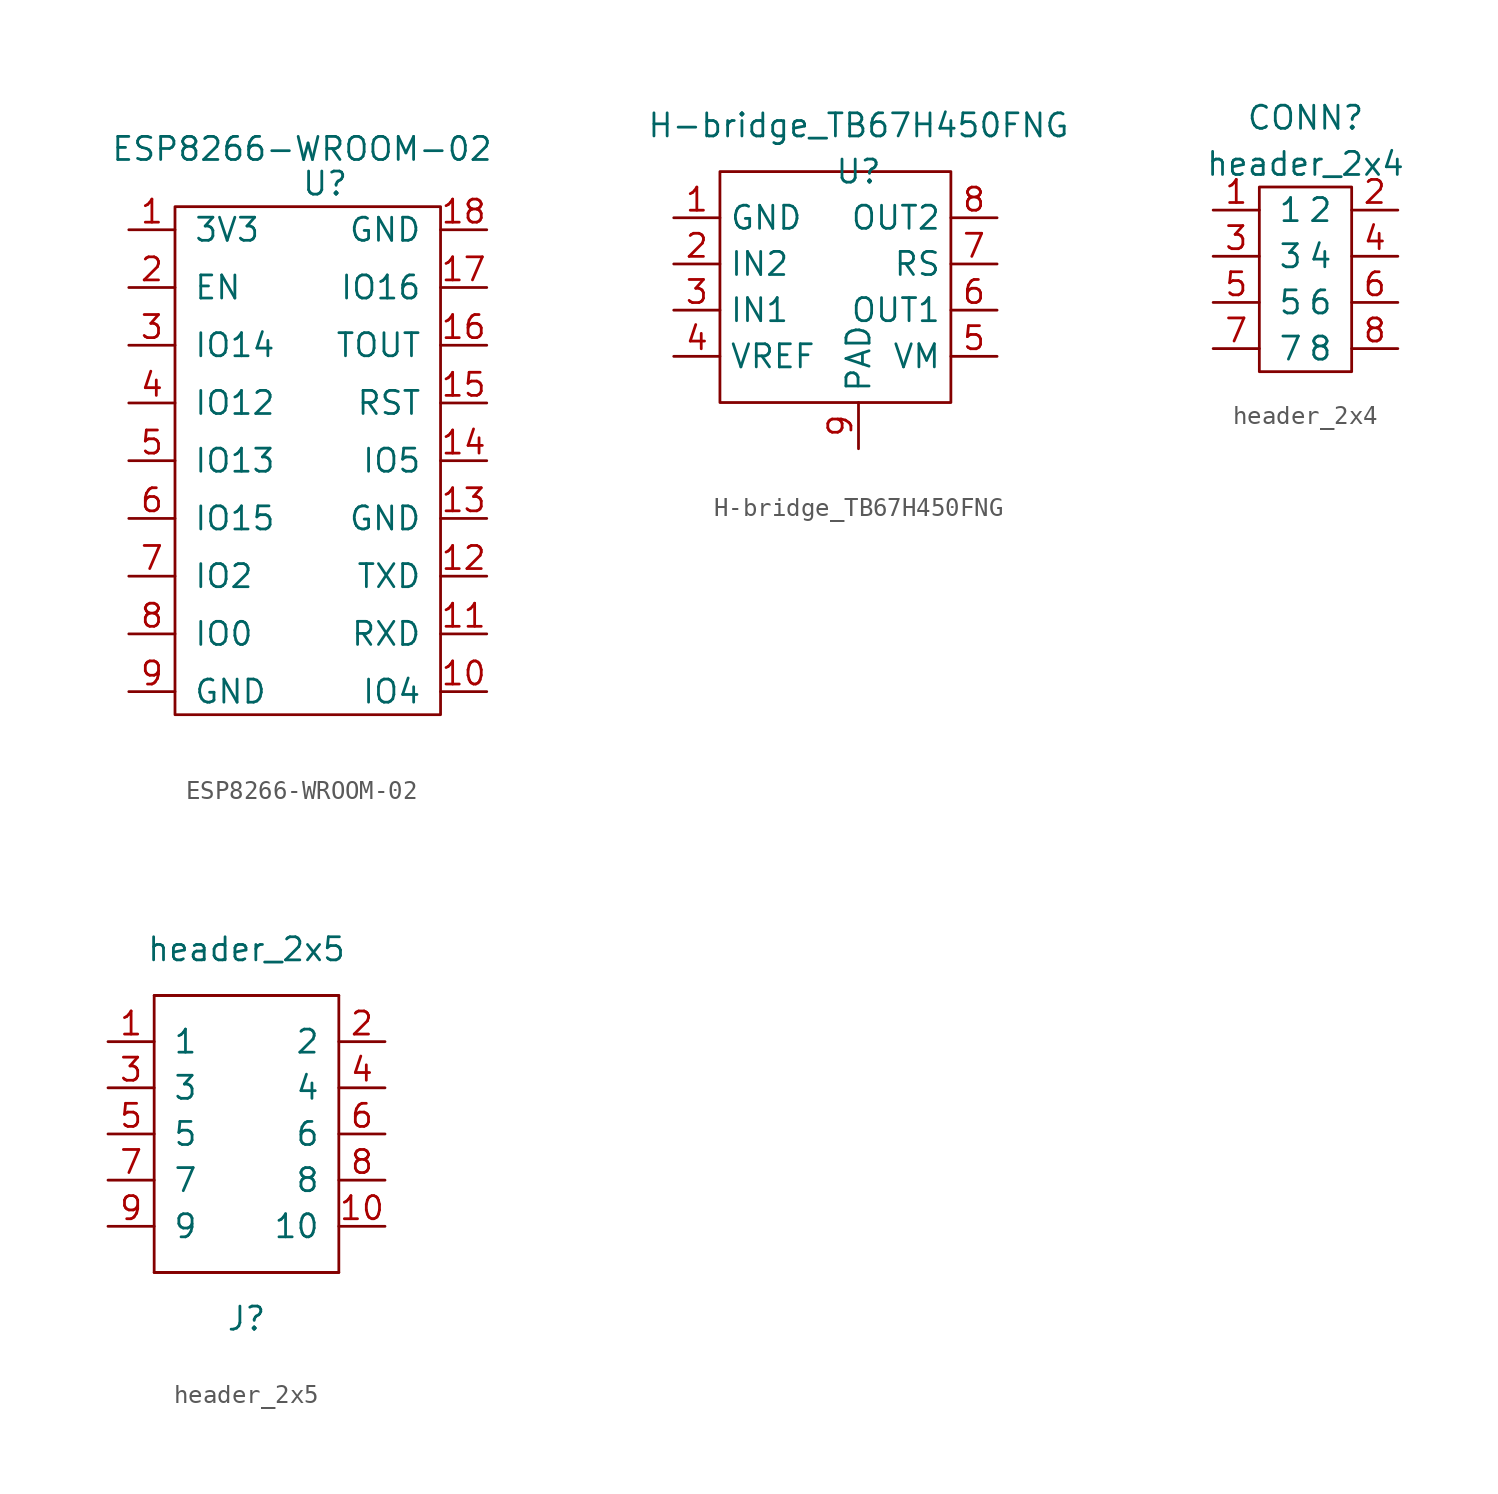
<source format=kicad_sym>
(kicad_symbol_lib
  (version 20231120)
  (generator "kicad_symbol_editor")
  (generator_version "8.0")
  (symbol "ESP8266-WROOM-02"
    (pin_names
      (offset 1.016))
    (property "Reference" "U"
      (at 0 0 0)
      (effects (font (size 1.27 1.27))))
    (property "Value" "ESP8266-WROOM-02"
      (at -1.27 1.905 0)
      (effects (font (size 1.27 1.27))))
    (symbol "ESP8266-WROOM-02_0_1"
      (rectangle (start -8.255 -1.27) (end 6.35 -29.21) (stroke (width 0) (type default)) (fill (type none))))
    (symbol "ESP8266-WROOM-02_1_1"
      (pin passive line (at -10.795 -2.54 0) (length 2.54) (name "3V3" (effects (font (size 1.27 1.27)))) (number "1" (effects (font (size 1.27 1.27)))))
      (pin passive line (at 8.89 -27.94 180) (length 2.54) (name "IO4" (effects (font (size 1.27 1.27)))) (number "10" (effects (font (size 1.27 1.27)))))
      (pin passive line (at 8.89 -24.765 180) (length 2.54) (name "RXD" (effects (font (size 1.27 1.27)))) (number "11" (effects (font (size 1.27 1.27)))))
      (pin passive line (at 8.89 -21.59 180) (length 2.54) (name "TXD" (effects (font (size 1.27 1.27)))) (number "12" (effects (font (size 1.27 1.27)))))
      (pin passive line (at 8.89 -18.415 180) (length 2.54) (name "GND" (effects (font (size 1.27 1.27)))) (number "13" (effects (font (size 1.27 1.27)))))
      (pin passive line (at 8.89 -15.24 180) (length 2.54) (name "IO5" (effects (font (size 1.27 1.27)))) (number "14" (effects (font (size 1.27 1.27)))))
      (pin passive line (at 8.89 -12.065 180) (length 2.54) (name "RST" (effects (font (size 1.27 1.27)))) (number "15" (effects (font (size 1.27 1.27)))))
      (pin passive line (at 8.89 -8.89 180) (length 2.54) (name "TOUT" (effects (font (size 1.27 1.27)))) (number "16" (effects (font (size 1.27 1.27)))))
      (pin passive line (at 8.89 -5.715 180) (length 2.54) (name "IO16" (effects (font (size 1.27 1.27)))) (number "17" (effects (font (size 1.27 1.27)))))
      (pin passive line (at 8.89 -2.54 180) (length 2.54) (name "GND" (effects (font (size 1.27 1.27)))) (number "18" (effects (font (size 1.27 1.27)))))
      (pin passive line (at -10.795 -5.715 0) (length 2.54) (name "EN" (effects (font (size 1.27 1.27)))) (number "2" (effects (font (size 1.27 1.27)))))
      (pin passive line (at -10.795 -8.89 0) (length 2.54) (name "IO14" (effects (font (size 1.27 1.27)))) (number "3" (effects (font (size 1.27 1.27)))))
      (pin passive line (at -10.795 -12.065 0) (length 2.54) (name "IO12" (effects (font (size 1.27 1.27)))) (number "4" (effects (font (size 1.27 1.27)))))
      (pin passive line (at -10.795 -15.24 0) (length 2.54) (name "IO13" (effects (font (size 1.27 1.27)))) (number "5" (effects (font (size 1.27 1.27)))))
      (pin passive line (at -10.795 -18.415 0) (length 2.54) (name "IO15" (effects (font (size 1.27 1.27)))) (number "6" (effects (font (size 1.27 1.27)))))
      (pin passive line (at -10.795 -21.59 0) (length 2.54) (name "IO2" (effects (font (size 1.27 1.27)))) (number "7" (effects (font (size 1.27 1.27)))))
      (pin passive line (at -10.795 -24.765 0) (length 2.54) (name "IO0" (effects (font (size 1.27 1.27)))) (number "8" (effects (font (size 1.27 1.27)))))
      (pin passive line (at -10.795 -27.94 0) (length 2.54) (name "GND" (effects (font (size 1.27 1.27)))) (number "9" (effects (font (size 1.27 1.27)))))))
  (symbol "H-bridge_TB67H450FNG"
    (property "Reference" "U"
      (at 0 0 0)
      (effects (font (size 1.27 1.27))))
    (property "Value" "H-bridge_TB67H450FNG"
      (at 0 2.54 0)
      (effects (font (size 1.27 1.27))))
    (symbol "H-bridge_TB67H450FNG_0_1"
      (rectangle (start -7.62 0) (end 5.08 -12.7) (stroke (width 0.152) (type default)) (fill (type none))))
    (symbol "H-bridge_TB67H450FNG_1_1"
      (pin passive line (at -10.16 -2.54 0) (length 2.54) (name "GND" (effects (font (size 1.27 1.27)))) (number "1" (effects (font (size 1.27 1.27)))))
      (pin passive line (at -10.16 -5.08 0) (length 2.54) (name "IN2" (effects (font (size 1.27 1.27)))) (number "2" (effects (font (size 1.27 1.27)))))
      (pin passive line (at -10.16 -7.62 0) (length 2.54) (name "IN1" (effects (font (size 1.27 1.27)))) (number "3" (effects (font (size 1.27 1.27)))))
      (pin passive line (at -10.16 -10.16 0) (length 2.54) (name "VREF" (effects (font (size 1.27 1.27)))) (number "4" (effects (font (size 1.27 1.27)))))
      (pin passive line (at 7.62 -10.16 180) (length 2.54) (name "VM" (effects (font (size 1.27 1.27)))) (number "5" (effects (font (size 1.27 1.27)))))
      (pin passive line (at 7.62 -7.62 180) (length 2.54) (name "OUT1" (effects (font (size 1.27 1.27)))) (number "6" (effects (font (size 1.27 1.27)))))
      (pin passive line (at 7.62 -5.08 180) (length 2.54) (name "RS" (effects (font (size 1.27 1.27)))) (number "7" (effects (font (size 1.27 1.27)))))
      (pin passive line (at 7.62 -2.54 180) (length 2.54) (name "OUT2" (effects (font (size 1.27 1.27)))) (number "8" (effects (font (size 1.27 1.27)))))
      (pin passive line (at 0 -15.24 90) (length 2.54) (name "PAD" (effects (font (size 1.27 1.27)))) (number "9" (effects (font (size 1.27 1.27)))))))
  (symbol "header_2x4"
    (pin_names
      (offset 1.016))
    (property "Reference" "CONN"
      (at 0 1.27 0)
      (effects (font (size 1.27 1.27))))
    (property "Value" "header_2x4"
      (at 0 -1.27 0)
      (effects (font (size 1.27 1.27))))
    (symbol "header_2x4_0_1"
      (rectangle (start -2.54 -2.54) (end 2.54 -12.7) (stroke (width 0) (type default)) (fill (type none))))
    (symbol "header_2x4_1_1"
      (pin passive line (at -5.08 -3.81 0) (length 2.54) (name "1" (effects (font (size 1.27 1.27)))) (number "1" (effects (font (size 1.27 1.27)))))
      (pin passive line (at 5.08 -3.81 180) (length 2.54) (name "2" (effects (font (size 1.27 1.27)))) (number "2" (effects (font (size 1.27 1.27)))))
      (pin passive line (at -5.08 -6.35 0) (length 2.54) (name "3" (effects (font (size 1.27 1.27)))) (number "3" (effects (font (size 1.27 1.27)))))
      (pin passive line (at 5.08 -6.35 180) (length 2.54) (name "4" (effects (font (size 1.27 1.27)))) (number "4" (effects (font (size 1.27 1.27)))))
      (pin passive line (at -5.08 -8.89 0) (length 2.54) (name "5" (effects (font (size 1.27 1.27)))) (number "5" (effects (font (size 1.27 1.27)))))
      (pin passive line (at 5.08 -8.89 180) (length 2.54) (name "6" (effects (font (size 1.27 1.27)))) (number "6" (effects (font (size 1.27 1.27)))))
      (pin passive line (at -5.08 -11.43 0) (length 2.54) (name "7" (effects (font (size 1.27 1.27)))) (number "7" (effects (font (size 1.27 1.27)))))
      (pin passive line (at 5.08 -11.43 180) (length 2.54) (name "8" (effects (font (size 1.27 1.27)))) (number "8" (effects (font (size 1.27 1.27)))))))
  (symbol "header_2x5"
    (pin_names
      (offset 1.016))
    (property "Reference" "J"
      (at 0 -10.16 0)
      (effects (font (size 1.27 1.27))))
    (property "Value" "header_2x5"
      (at 0 10.16 0)
      (effects (font (size 1.27 1.27))))
    (symbol "header_2x5_0_1"
      (rectangle (start -5.08 -7.62) (end 5.08 -7.62) (stroke (width 0) (type default)) (fill (type none)))
      (rectangle (start -5.08 -7.62) (end 5.08 7.62) (stroke (width 0) (type default)) (fill (type none)))
      (rectangle (start 5.08 7.62) (end -5.08 7.62) (stroke (width 0) (type default)) (fill (type none))))
    (symbol "header_2x5_1_1"
      (pin passive line (at -7.62 5.08 0) (length 2.54) (name "1" (effects (font (size 1.27 1.27)))) (number "1" (effects (font (size 1.27 1.27)))))
      (pin passive line (at 7.62 -5.08 180) (length 2.54) (name "10" (effects (font (size 1.27 1.27)))) (number "10" (effects (font (size 1.27 1.27)))))
      (pin passive line (at 7.62 5.08 180) (length 2.54) (name "2" (effects (font (size 1.27 1.27)))) (number "2" (effects (font (size 1.27 1.27)))))
      (pin passive line (at -7.62 2.54 0) (length 2.54) (name "3" (effects (font (size 1.27 1.27)))) (number "3" (effects (font (size 1.27 1.27)))))
      (pin passive line (at 7.62 2.54 180) (length 2.54) (name "4" (effects (font (size 1.27 1.27)))) (number "4" (effects (font (size 1.27 1.27)))))
      (pin passive line (at -7.62 0 0) (length 2.54) (name "5" (effects (font (size 1.27 1.27)))) (number "5" (effects (font (size 1.27 1.27)))))
      (pin passive line (at 7.62 0 180) (length 2.54) (name "6" (effects (font (size 1.27 1.27)))) (number "6" (effects (font (size 1.27 1.27)))))
      (pin passive line (at -7.62 -2.54 0) (length 2.54) (name "7" (effects (font (size 1.27 1.27)))) (number "7" (effects (font (size 1.27 1.27)))))
      (pin passive line (at 7.62 -2.54 180) (length 2.54) (name "8" (effects (font (size 1.27 1.27)))) (number "8" (effects (font (size 1.27 1.27)))))
      (pin passive line (at -7.62 -5.08 0) (length 2.54) (name "9" (effects (font (size 1.27 1.27)))) (number "9" (effects (font (size 1.27 1.27))))))))
</source>
